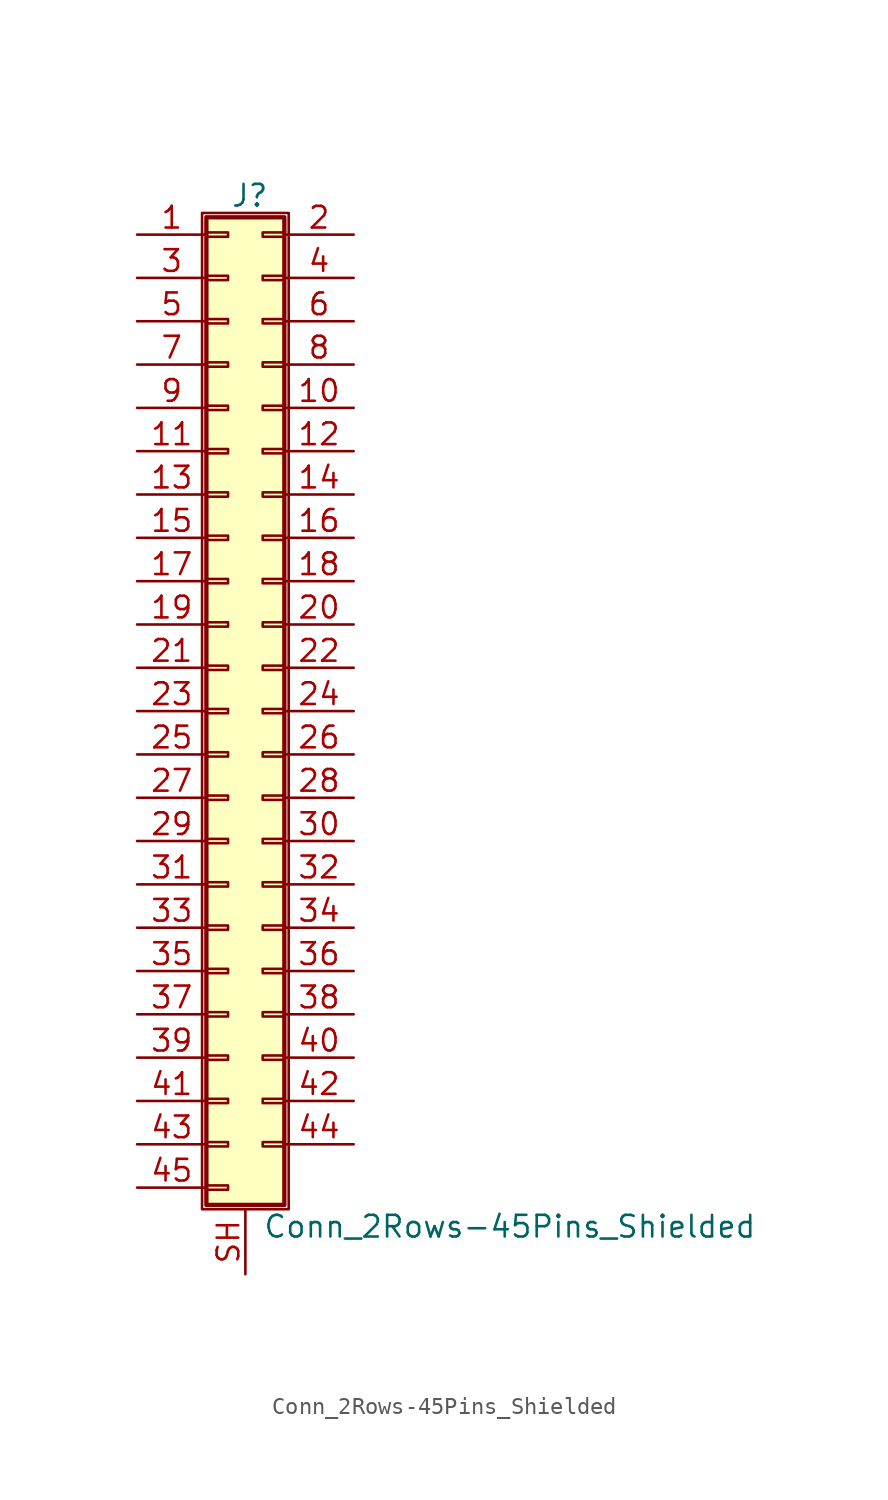
<source format=kicad_sym>
(kicad_symbol_lib
  (version 20200908)
  (generator kicad_symbol_editor)
  (symbol "Connector_Generic_Shielded:Conn_2Rows-45Pins_Shielded"
    (pin_names
      (offset 1.016) hide)
    (property "Reference" "J"
      (at 1.524 30.226 0)
      (effects (font (size 1.27 1.27))))
    (property "Value" "Conn_2Rows-45Pins_Shielded"
      (at 2.286 -30.226 0)
      (effects (font (size 1.27 1.27)) (justify left)))
    (symbol "Conn_2Rows-45Pins_Shielded_1_1"
      (rectangle (start -1.016 -27.813) (end 0.254 -28.067) (stroke (width 0.152)) (fill (type none)))
      (rectangle (start -1.016 -4.953) (end 0.254 -5.207) (stroke (width 0.152)) (fill (type none)))
      (rectangle (start -1.016 -7.493) (end 0.254 -7.747) (stroke (width 0.152)) (fill (type none)))
      (rectangle (start -1.016 -10.033) (end 0.254 -10.287) (stroke (width 0.152)) (fill (type none)))
      (rectangle (start -1.016 -12.573) (end 0.254 -12.827) (stroke (width 0.152)) (fill (type none)))
      (rectangle (start -1.016 -15.113) (end 0.254 -15.367) (stroke (width 0.152)) (fill (type none)))
      (rectangle (start -1.016 -17.653) (end 0.254 -17.907) (stroke (width 0.152)) (fill (type none)))
      (rectangle (start -1.016 -20.193) (end 0.254 -20.447) (stroke (width 0.152)) (fill (type none)))
      (rectangle (start -1.016 -22.733) (end 0.254 -22.987) (stroke (width 0.152)) (fill (type none)))
      (rectangle (start -1.016 -2.413) (end 0.254 -2.667) (stroke (width 0.152)) (fill (type none)))
      (rectangle (start -1.016 -25.273) (end 0.254 -25.527) (stroke (width 0.152)) (fill (type none)))
      (rectangle (start -1.016 25.527) (end 0.254 25.273) (stroke (width 0.152)) (fill (type none)))
      (rectangle (start -1.016 2.667) (end 0.254 2.413) (stroke (width 0.152)) (fill (type none)))
      (rectangle (start -1.016 28.067) (end 0.254 27.813) (stroke (width 0.152)) (fill (type none)))
      (rectangle (start -1.016 28.956) (end 3.556 -28.956) (stroke (width 0.254)) (fill (type background)))
      (rectangle (start -1.016 5.207) (end 0.254 4.953) (stroke (width 0.152)) (fill (type none)))
      (rectangle (start -1.016 7.747) (end 0.254 7.493) (stroke (width 0.152)) (fill (type none)))
      (rectangle (start -1.016 10.287) (end 0.254 10.033) (stroke (width 0.152)) (fill (type none)))
      (rectangle (start -1.016 0.127) (end 0.254 -0.127) (stroke (width 0.152)) (fill (type none)))
      (rectangle (start -1.016 12.827) (end 0.254 12.573) (stroke (width 0.152)) (fill (type none)))
      (rectangle (start -1.016 15.367) (end 0.254 15.113) (stroke (width 0.152)) (fill (type none)))
      (rectangle (start -1.016 17.907) (end 0.254 17.653) (stroke (width 0.152)) (fill (type none)))
      (rectangle (start -1.016 20.447) (end 0.254 20.193) (stroke (width 0.152)) (fill (type none)))
      (rectangle (start -1.016 22.987) (end 0.254 22.733) (stroke (width 0.152)) (fill (type none)))
      (rectangle (start -1.27 29.21) (end 3.81 -29.21) (stroke (width 0.152)) (fill (type none)))
      (rectangle (start 3.556 -4.953) (end 2.286 -5.207) (stroke (width 0.152)) (fill (type none)))
      (rectangle (start 3.556 -7.493) (end 2.286 -7.747) (stroke (width 0.152)) (fill (type none)))
      (rectangle (start 3.556 -10.033) (end 2.286 -10.287) (stroke (width 0.152)) (fill (type none)))
      (rectangle (start 3.556 -12.573) (end 2.286 -12.827) (stroke (width 0.152)) (fill (type none)))
      (rectangle (start 3.556 -15.113) (end 2.286 -15.367) (stroke (width 0.152)) (fill (type none)))
      (rectangle (start 3.556 -17.653) (end 2.286 -17.907) (stroke (width 0.152)) (fill (type none)))
      (rectangle (start 3.556 -20.193) (end 2.286 -20.447) (stroke (width 0.152)) (fill (type none)))
      (rectangle (start 3.556 -22.733) (end 2.286 -22.987) (stroke (width 0.152)) (fill (type none)))
      (rectangle (start 3.556 -2.413) (end 2.286 -2.667) (stroke (width 0.152)) (fill (type none)))
      (rectangle (start 3.556 -25.273) (end 2.286 -25.527) (stroke (width 0.152)) (fill (type none)))
      (rectangle (start 3.556 25.527) (end 2.286 25.273) (stroke (width 0.152)) (fill (type none)))
      (rectangle (start 3.556 2.667) (end 2.286 2.413) (stroke (width 0.152)) (fill (type none)))
      (rectangle (start 3.556 28.067) (end 2.286 27.813) (stroke (width 0.152)) (fill (type none)))
      (rectangle (start 3.556 5.207) (end 2.286 4.953) (stroke (width 0.152)) (fill (type none)))
      (rectangle (start 3.556 7.747) (end 2.286 7.493) (stroke (width 0.152)) (fill (type none)))
      (rectangle (start 3.556 10.287) (end 2.286 10.033) (stroke (width 0.152)) (fill (type none)))
      (rectangle (start 3.556 0.127) (end 2.286 -0.127) (stroke (width 0.152)) (fill (type none)))
      (rectangle (start 3.556 12.827) (end 2.286 12.573) (stroke (width 0.152)) (fill (type none)))
      (rectangle (start 3.556 15.367) (end 2.286 15.113) (stroke (width 0.152)) (fill (type none)))
      (rectangle (start 3.556 17.907) (end 2.286 17.653) (stroke (width 0.152)) (fill (type none)))
      (rectangle (start 3.556 20.447) (end 2.286 20.193) (stroke (width 0.152)) (fill (type none)))
      (rectangle (start 3.556 22.987) (end 2.286 22.733) (stroke (width 0.152)) (fill (type none)))
      (pin passive line (at -5.08 27.94 0) (length 4.064) (name "Pin_1" (effects (font (size 1.27 1.27)))) (number "1" (effects (font (size 1.27 1.27)))))
      (pin passive line (at 7.62 17.78 180) (length 4.064) (name "Pin_10" (effects (font (size 1.27 1.27)))) (number "10" (effects (font (size 1.27 1.27)))))
      (pin passive line (at -5.08 15.24 0) (length 4.064) (name "Pin_11" (effects (font (size 1.27 1.27)))) (number "11" (effects (font (size 1.27 1.27)))))
      (pin passive line (at 7.62 15.24 180) (length 4.064) (name "Pin_12" (effects (font (size 1.27 1.27)))) (number "12" (effects (font (size 1.27 1.27)))))
      (pin passive line (at -5.08 12.7 0) (length 4.064) (name "Pin_13" (effects (font (size 1.27 1.27)))) (number "13" (effects (font (size 1.27 1.27)))))
      (pin passive line (at 7.62 12.7 180) (length 4.064) (name "Pin_14" (effects (font (size 1.27 1.27)))) (number "14" (effects (font (size 1.27 1.27)))))
      (pin passive line (at -5.08 10.16 0) (length 4.064) (name "Pin_15" (effects (font (size 1.27 1.27)))) (number "15" (effects (font (size 1.27 1.27)))))
      (pin passive line (at 7.62 10.16 180) (length 4.064) (name "Pin_16" (effects (font (size 1.27 1.27)))) (number "16" (effects (font (size 1.27 1.27)))))
      (pin passive line (at -5.08 7.62 0) (length 4.064) (name "Pin_17" (effects (font (size 1.27 1.27)))) (number "17" (effects (font (size 1.27 1.27)))))
      (pin passive line (at 7.62 7.62 180) (length 4.064) (name "Pin_18" (effects (font (size 1.27 1.27)))) (number "18" (effects (font (size 1.27 1.27)))))
      (pin passive line (at -5.08 5.08 0) (length 4.064) (name "Pin_19" (effects (font (size 1.27 1.27)))) (number "19" (effects (font (size 1.27 1.27)))))
      (pin passive line (at 7.62 27.94 180) (length 4.064) (name "Pin_2" (effects (font (size 1.27 1.27)))) (number "2" (effects (font (size 1.27 1.27)))))
      (pin passive line (at 7.62 5.08 180) (length 4.064) (name "Pin_20" (effects (font (size 1.27 1.27)))) (number "20" (effects (font (size 1.27 1.27)))))
      (pin passive line (at -5.08 2.54 0) (length 4.064) (name "Pin_21" (effects (font (size 1.27 1.27)))) (number "21" (effects (font (size 1.27 1.27)))))
      (pin passive line (at 7.62 2.54 180) (length 4.064) (name "Pin_22" (effects (font (size 1.27 1.27)))) (number "22" (effects (font (size 1.27 1.27)))))
      (pin passive line (at -5.08 0 0) (length 4.064) (name "Pin_23" (effects (font (size 1.27 1.27)))) (number "23" (effects (font (size 1.27 1.27)))))
      (pin passive line (at 7.62 0 180) (length 4.064) (name "Pin_24" (effects (font (size 1.27 1.27)))) (number "24" (effects (font (size 1.27 1.27)))))
      (pin passive line (at -5.08 -2.54 0) (length 4.064) (name "Pin_25" (effects (font (size 1.27 1.27)))) (number "25" (effects (font (size 1.27 1.27)))))
      (pin passive line (at 7.62 -2.54 180) (length 4.064) (name "Pin_26" (effects (font (size 1.27 1.27)))) (number "26" (effects (font (size 1.27 1.27)))))
      (pin passive line (at -5.08 -5.08 0) (length 4.064) (name "Pin_27" (effects (font (size 1.27 1.27)))) (number "27" (effects (font (size 1.27 1.27)))))
      (pin passive line (at 7.62 -5.08 180) (length 4.064) (name "Pin_28" (effects (font (size 1.27 1.27)))) (number "28" (effects (font (size 1.27 1.27)))))
      (pin passive line (at -5.08 -7.62 0) (length 4.064) (name "Pin_29" (effects (font (size 1.27 1.27)))) (number "29" (effects (font (size 1.27 1.27)))))
      (pin passive line (at -5.08 25.4 0) (length 4.064) (name "Pin_3" (effects (font (size 1.27 1.27)))) (number "3" (effects (font (size 1.27 1.27)))))
      (pin passive line (at 7.62 -7.62 180) (length 4.064) (name "Pin_30" (effects (font (size 1.27 1.27)))) (number "30" (effects (font (size 1.27 1.27)))))
      (pin passive line (at -5.08 -10.16 0) (length 4.064) (name "Pin_31" (effects (font (size 1.27 1.27)))) (number "31" (effects (font (size 1.27 1.27)))))
      (pin passive line (at 7.62 -10.16 180) (length 4.064) (name "Pin_32" (effects (font (size 1.27 1.27)))) (number "32" (effects (font (size 1.27 1.27)))))
      (pin passive line (at -5.08 -12.7 0) (length 4.064) (name "Pin_33" (effects (font (size 1.27 1.27)))) (number "33" (effects (font (size 1.27 1.27)))))
      (pin passive line (at 7.62 -12.7 180) (length 4.064) (name "Pin_34" (effects (font (size 1.27 1.27)))) (number "34" (effects (font (size 1.27 1.27)))))
      (pin passive line (at -5.08 -15.24 0) (length 4.064) (name "Pin_35" (effects (font (size 1.27 1.27)))) (number "35" (effects (font (size 1.27 1.27)))))
      (pin passive line (at 7.62 -15.24 180) (length 4.064) (name "Pin_36" (effects (font (size 1.27 1.27)))) (number "36" (effects (font (size 1.27 1.27)))))
      (pin passive line (at -5.08 -17.78 0) (length 4.064) (name "Pin_37" (effects (font (size 1.27 1.27)))) (number "37" (effects (font (size 1.27 1.27)))))
      (pin passive line (at 7.62 -17.78 180) (length 4.064) (name "Pin_38" (effects (font (size 1.27 1.27)))) (number "38" (effects (font (size 1.27 1.27)))))
      (pin passive line (at -5.08 -20.32 0) (length 4.064) (name "Pin_39" (effects (font (size 1.27 1.27)))) (number "39" (effects (font (size 1.27 1.27)))))
      (pin passive line (at 7.62 25.4 180) (length 4.064) (name "Pin_4" (effects (font (size 1.27 1.27)))) (number "4" (effects (font (size 1.27 1.27)))))
      (pin passive line (at 7.62 -20.32 180) (length 4.064) (name "Pin_40" (effects (font (size 1.27 1.27)))) (number "40" (effects (font (size 1.27 1.27)))))
      (pin passive line (at -5.08 -22.86 0) (length 4.064) (name "Pin_41" (effects (font (size 1.27 1.27)))) (number "41" (effects (font (size 1.27 1.27)))))
      (pin passive line (at 7.62 -22.86 180) (length 4.064) (name "Pin_42" (effects (font (size 1.27 1.27)))) (number "42" (effects (font (size 1.27 1.27)))))
      (pin passive line (at -5.08 -25.4 0) (length 4.064) (name "Pin_43" (effects (font (size 1.27 1.27)))) (number "43" (effects (font (size 1.27 1.27)))))
      (pin passive line (at 7.62 -25.4 180) (length 4.064) (name "Pin_44" (effects (font (size 1.27 1.27)))) (number "44" (effects (font (size 1.27 1.27)))))
      (pin passive line (at -5.08 -27.94 0) (length 4.064) (name "Pin_45" (effects (font (size 1.27 1.27)))) (number "45" (effects (font (size 1.27 1.27)))))
      (pin passive line (at -5.08 22.86 0) (length 4.064) (name "Pin_5" (effects (font (size 1.27 1.27)))) (number "5" (effects (font (size 1.27 1.27)))))
      (pin passive line (at 7.62 22.86 180) (length 4.064) (name "Pin_6" (effects (font (size 1.27 1.27)))) (number "6" (effects (font (size 1.27 1.27)))))
      (pin passive line (at -5.08 20.32 0) (length 4.064) (name "Pin_7" (effects (font (size 1.27 1.27)))) (number "7" (effects (font (size 1.27 1.27)))))
      (pin passive line (at 7.62 20.32 180) (length 4.064) (name "Pin_8" (effects (font (size 1.27 1.27)))) (number "8" (effects (font (size 1.27 1.27)))))
      (pin passive line (at -5.08 17.78 0) (length 4.064) (name "Pin_9" (effects (font (size 1.27 1.27)))) (number "9" (effects (font (size 1.27 1.27)))))
      (pin passive line (at 1.27 -33.02 90) (length 3.81) (name "Shield" (effects (font (size 1.27 1.27)))) (number "SH" (effects (font (size 1.27 1.27))))))))
</source>
